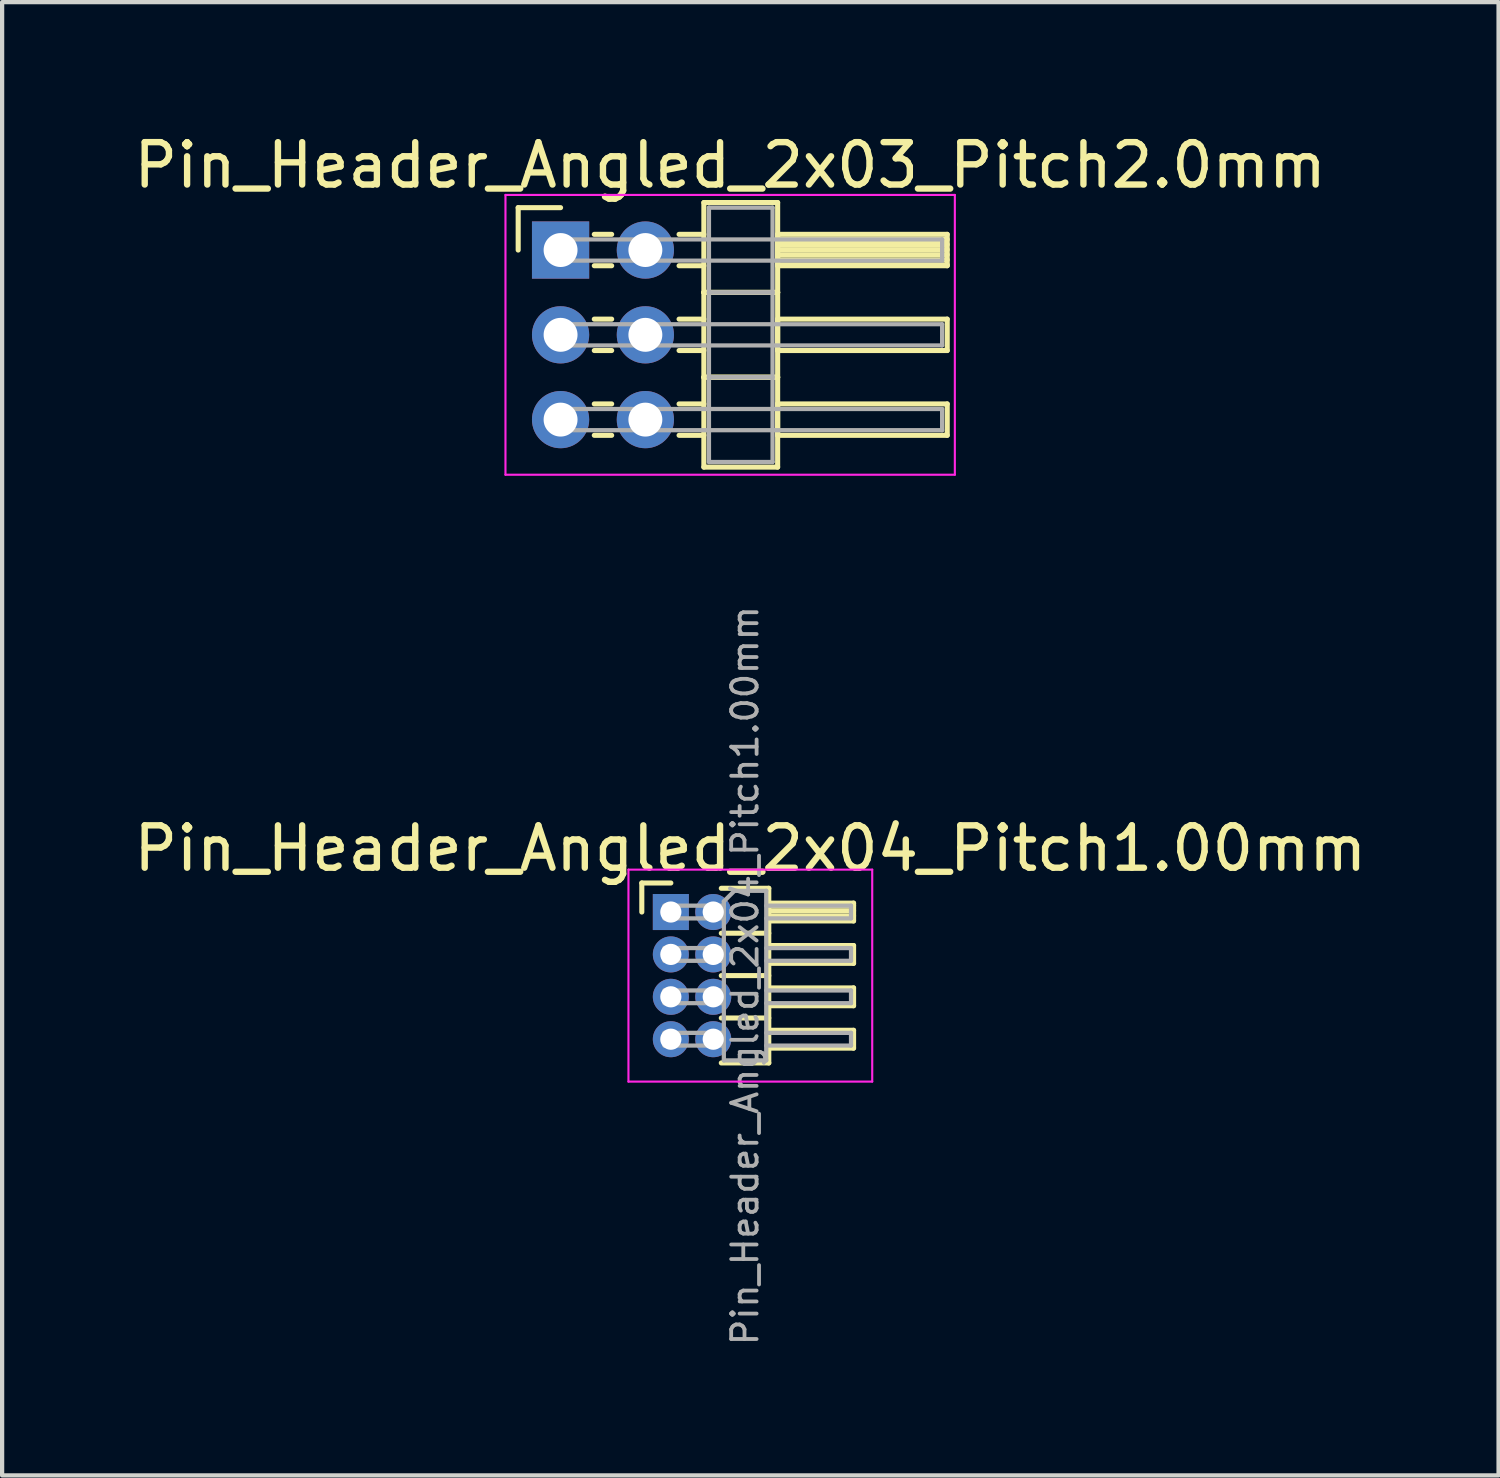
<source format=kicad_pcb>
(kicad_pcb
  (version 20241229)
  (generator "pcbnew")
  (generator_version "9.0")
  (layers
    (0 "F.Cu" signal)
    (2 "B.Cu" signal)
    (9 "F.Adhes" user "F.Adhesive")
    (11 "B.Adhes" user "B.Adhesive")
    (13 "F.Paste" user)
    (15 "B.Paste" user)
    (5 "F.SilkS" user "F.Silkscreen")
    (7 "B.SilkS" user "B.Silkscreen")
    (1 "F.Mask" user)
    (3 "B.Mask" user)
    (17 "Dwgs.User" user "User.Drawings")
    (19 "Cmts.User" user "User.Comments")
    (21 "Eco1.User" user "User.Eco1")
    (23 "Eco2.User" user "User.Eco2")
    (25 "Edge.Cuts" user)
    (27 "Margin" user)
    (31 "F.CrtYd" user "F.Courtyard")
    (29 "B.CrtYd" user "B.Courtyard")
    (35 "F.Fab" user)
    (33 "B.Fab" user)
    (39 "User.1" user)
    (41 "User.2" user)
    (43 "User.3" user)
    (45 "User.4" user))
  (footprint "Pin_Header_Angled_2x03_Pitch2.0mm"
    (layer "F.Cu")
    (at 10.173 2.848)
    (property "Reference" "Pin_Header_Angled_2x03_Pitch2.0mm" (at 4 -2 0) (layer "F.SilkS") (effects (font (size 1 1) (thickness 0.15))))
    (attr through_hole)
    (fp_line (start -1 -1) (end 0 -1) (stroke (width 0.12) (type solid)) (layer "F.SilkS"))
    (fp_line (start -1 0) (end -1 -1) (stroke (width 0.12) (type solid)) (layer "F.SilkS"))
    (fp_line (start 0.795 -0.37) (end 1.205 -0.37) (stroke (width 0.12) (type solid)) (layer "F.SilkS"))
    (fp_line (start 0.795 0.37) (end 1.205 0.37) (stroke (width 0.12) (type solid)) (layer "F.SilkS"))
    (fp_line (start 0.795 1.63) (end 1.205 1.63) (stroke (width 0.12) (type solid)) (layer "F.SilkS"))
    (fp_line (start 0.795 2.37) (end 1.205 2.37) (stroke (width 0.12) (type solid)) (layer "F.SilkS"))
    (fp_line (start 0.795 3.63) (end 1.205 3.63) (stroke (width 0.12) (type solid)) (layer "F.SilkS"))
    (fp_line (start 0.795 4.37) (end 1.205 4.37) (stroke (width 0.12) (type solid)) (layer "F.SilkS"))
    (fp_line (start 2.795 -0.37) (end 3.38 -0.37) (stroke (width 0.12) (type solid)) (layer "F.SilkS"))
    (fp_line (start 2.795 0.37) (end 3.38 0.37) (stroke (width 0.12) (type solid)) (layer "F.SilkS"))
    (fp_line (start 2.795 1.63) (end 3.38 1.63) (stroke (width 0.12) (type solid)) (layer "F.SilkS"))
    (fp_line (start 2.795 2.37) (end 3.38 2.37) (stroke (width 0.12) (type solid)) (layer "F.SilkS"))
    (fp_line (start 2.795 3.63) (end 3.38 3.63) (stroke (width 0.12) (type solid)) (layer "F.SilkS"))
    (fp_line (start 2.795 4.37) (end 3.38 4.37) (stroke (width 0.12) (type solid)) (layer "F.SilkS"))
    (fp_line (start 3.38 -1.12) (end 3.38 1) (stroke (width 0.12) (type solid)) (layer "F.SilkS"))
    (fp_line (start 3.38 1) (end 3.38 3) (stroke (width 0.12) (type solid)) (layer "F.SilkS"))
    (fp_line (start 3.38 1) (end 5.12 1) (stroke (width 0.12) (type solid)) (layer "F.SilkS"))
    (fp_line (start 3.38 3) (end 3.38 5.12) (stroke (width 0.12) (type solid)) (layer "F.SilkS"))
    (fp_line (start 3.38 3) (end 5.12 3) (stroke (width 0.12) (type solid)) (layer "F.SilkS"))
    (fp_line (start 3.38 5.12) (end 5.12 5.12) (stroke (width 0.12) (type solid)) (layer "F.SilkS"))
    (fp_line (start 5.12 -1.12) (end 3.38 -1.12) (stroke (width 0.12) (type solid)) (layer "F.SilkS"))
    (fp_line (start 5.12 -0.37) (end 5.12 0.37) (stroke (width 0.12) (type solid)) (layer "F.SilkS"))
    (fp_line (start 5.12 -0.25) (end 9.12 -0.25) (stroke (width 0.12) (type solid)) (layer "F.SilkS"))
    (fp_line (start 5.12 -0.13) (end 9.12 -0.13) (stroke (width 0.12) (type solid)) (layer "F.SilkS"))
    (fp_line (start 5.12 -0.01) (end 9.12 -0.01) (stroke (width 0.12) (type solid)) (layer "F.SilkS"))
    (fp_line (start 5.12 0.11) (end 9.12 0.11) (stroke (width 0.12) (type solid)) (layer "F.SilkS"))
    (fp_line (start 5.12 0.23) (end 9.12 0.23) (stroke (width 0.12) (type solid)) (layer "F.SilkS"))
    (fp_line (start 5.12 0.35) (end 9.12 0.35) (stroke (width 0.12) (type solid)) (layer "F.SilkS"))
    (fp_line (start 5.12 0.37) (end 9.12 0.37) (stroke (width 0.12) (type solid)) (layer "F.SilkS"))
    (fp_line (start 5.12 1) (end 3.38 1) (stroke (width 0.12) (type solid)) (layer "F.SilkS"))
    (fp_line (start 5.12 1) (end 5.12 -1.12) (stroke (width 0.12) (type solid)) (layer "F.SilkS"))
    (fp_line (start 5.12 1.63) (end 5.12 2.37) (stroke (width 0.12) (type solid)) (layer "F.SilkS"))
    (fp_line (start 5.12 2.37) (end 9.12 2.37) (stroke (width 0.12) (type solid)) (layer "F.SilkS"))
    (fp_line (start 5.12 3) (end 3.38 3) (stroke (width 0.12) (type solid)) (layer "F.SilkS"))
    (fp_line (start 5.12 3) (end 5.12 1) (stroke (width 0.12) (type solid)) (layer "F.SilkS"))
    (fp_line (start 5.12 3.63) (end 5.12 4.37) (stroke (width 0.12) (type solid)) (layer "F.SilkS"))
    (fp_line (start 5.12 4.37) (end 9.12 4.37) (stroke (width 0.12) (type solid)) (layer "F.SilkS"))
    (fp_line (start 5.12 5.12) (end 5.12 3) (stroke (width 0.12) (type solid)) (layer "F.SilkS"))
    (fp_line (start 9.12 -0.37) (end 5.12 -0.37) (stroke (width 0.12) (type solid)) (layer "F.SilkS"))
    (fp_line (start 9.12 0.37) (end 9.12 -0.37) (stroke (width 0.12) (type solid)) (layer "F.SilkS"))
    (fp_line (start 9.12 1.63) (end 5.12 1.63) (stroke (width 0.12) (type solid)) (layer "F.SilkS"))
    (fp_line (start 9.12 2.37) (end 9.12 1.63) (stroke (width 0.12) (type solid)) (layer "F.SilkS"))
    (fp_line (start 9.12 3.63) (end 5.12 3.63) (stroke (width 0.12) (type solid)) (layer "F.SilkS"))
    (fp_line (start 9.12 4.37) (end 9.12 3.63) (stroke (width 0.12) (type solid)) (layer "F.SilkS"))
    (fp_line (start -1.3 -1.3) (end -1.3 5.3) (stroke (width 0.05) (type solid)) (layer "F.CrtYd"))
    (fp_line (start -1.3 5.3) (end 9.3 5.3) (stroke (width 0.05) (type solid)) (layer "F.CrtYd"))
    (fp_line (start 9.3 -1.3) (end -1.3 -1.3) (stroke (width 0.05) (type solid)) (layer "F.CrtYd"))
    (fp_line (start 9.3 5.3) (end 9.3 -1.3) (stroke (width 0.05) (type solid)) (layer "F.CrtYd"))
    (fp_line (start 0 -0.25) (end 0 0.25) (stroke (width 0.1) (type solid)) (layer "F.Fab"))
    (fp_line (start 0 0.25) (end 9 0.25) (stroke (width 0.1) (type solid)) (layer "F.Fab"))
    (fp_line (start 0 1.75) (end 0 2.25) (stroke (width 0.1) (type solid)) (layer "F.Fab"))
    (fp_line (start 0 2.25) (end 9 2.25) (stroke (width 0.1) (type solid)) (layer "F.Fab"))
    (fp_line (start 0 3.75) (end 0 4.25) (stroke (width 0.1) (type solid)) (layer "F.Fab"))
    (fp_line (start 0 4.25) (end 9 4.25) (stroke (width 0.1) (type solid)) (layer "F.Fab"))
    (fp_line (start 3.5 -1) (end 3.5 1) (stroke (width 0.1) (type solid)) (layer "F.Fab"))
    (fp_line (start 3.5 1) (end 3.5 3) (stroke (width 0.1) (type solid)) (layer "F.Fab"))
    (fp_line (start 3.5 1) (end 5 1) (stroke (width 0.1) (type solid)) (layer "F.Fab"))
    (fp_line (start 3.5 3) (end 3.5 5) (stroke (width 0.1) (type solid)) (layer "F.Fab"))
    (fp_line (start 3.5 3) (end 5 3) (stroke (width 0.1) (type solid)) (layer "F.Fab"))
    (fp_line (start 3.5 5) (end 5 5) (stroke (width 0.1) (type solid)) (layer "F.Fab"))
    (fp_line (start 5 -1) (end 3.5 -1) (stroke (width 0.1) (type solid)) (layer "F.Fab"))
    (fp_line (start 5 1) (end 3.5 1) (stroke (width 0.1) (type solid)) (layer "F.Fab"))
    (fp_line (start 5 1) (end 5 -1) (stroke (width 0.1) (type solid)) (layer "F.Fab"))
    (fp_line (start 5 3) (end 3.5 3) (stroke (width 0.1) (type solid)) (layer "F.Fab"))
    (fp_line (start 5 3) (end 5 1) (stroke (width 0.1) (type solid)) (layer "F.Fab"))
    (fp_line (start 5 5) (end 5 3) (stroke (width 0.1) (type solid)) (layer "F.Fab"))
    (fp_line (start 9 -0.25) (end 0 -0.25) (stroke (width 0.1) (type solid)) (layer "F.Fab"))
    (fp_line (start 9 0.25) (end 9 -0.25) (stroke (width 0.1) (type solid)) (layer "F.Fab"))
    (fp_line (start 9 1.75) (end 0 1.75) (stroke (width 0.1) (type solid)) (layer "F.Fab"))
    (fp_line (start 9 2.25) (end 9 1.75) (stroke (width 0.1) (type solid)) (layer "F.Fab"))
    (fp_line (start 9 3.75) (end 0 3.75) (stroke (width 0.1) (type solid)) (layer "F.Fab"))
    (fp_line (start 9 4.25) (end 9 3.75) (stroke (width 0.1) (type solid)) (layer "F.Fab"))
    (pad "1" thru_hole rect (at 0 0) (size 1.35 1.35) (drill 0.8) (layers "*.Cu" "*.Mask"))
    (pad "2" thru_hole oval (at 2 0) (size 1.35 1.35) (drill 0.8) (layers "*.Cu" "*.Mask"))
    (pad "3" thru_hole oval (at 0 2) (size 1.35 1.35) (drill 0.8) (layers "*.Cu" "*.Mask"))
    (pad "4" thru_hole oval (at 2 2) (size 1.35 1.35) (drill 0.8) (layers "*.Cu" "*.Mask"))
    (pad "5" thru_hole oval (at 0 4) (size 1.35 1.35) (drill 0.8) (layers "*.Cu" "*.Mask"))
    (pad "6" thru_hole oval (at 2 4) (size 1.35 1.35) (drill 0.8) (layers "*.Cu" "*.Mask")))
  (footprint "Pin_Header_Angled_2x04_Pitch1.00mm"
    (layer "F.Cu")
    (at 12.774 18.463)
    (property "Reference" "Pin_Header_Angled_2x04_Pitch1.00mm" (at 1.875 -1.5 0) (layer "F.SilkS") (effects (font (size 1 1) (thickness 0.15))))
    (attr through_hole)
    (fp_line (start -0.685 -0.685) (end 0 -0.685) (stroke (width 0.12) (type solid)) (layer "F.SilkS"))
    (fp_line (start -0.685 0) (end -0.685 -0.685) (stroke (width 0.12) (type solid)) (layer "F.SilkS"))
    (fp_line (start 1.19 -0.56) (end 2.31 -0.56) (stroke (width 0.12) (type solid)) (layer "F.SilkS"))
    (fp_line (start 1.19 0.5) (end 2.31 0.5) (stroke (width 0.12) (type solid)) (layer "F.SilkS"))
    (fp_line (start 1.19 1.5) (end 2.31 1.5) (stroke (width 0.12) (type solid)) (layer "F.SilkS"))
    (fp_line (start 1.19 2.5) (end 2.31 2.5) (stroke (width 0.12) (type solid)) (layer "F.SilkS"))
    (fp_line (start 2.31 -0.56) (end 2.31 3.56) (stroke (width 0.12) (type solid)) (layer "F.SilkS"))
    (fp_line (start 2.31 -0.21) (end 4.31 -0.21) (stroke (width 0.12) (type solid)) (layer "F.SilkS"))
    (fp_line (start 2.31 -0.15) (end 4.31 -0.15) (stroke (width 0.12) (type solid)) (layer "F.SilkS"))
    (fp_line (start 2.31 -0.03) (end 4.31 -0.03) (stroke (width 0.12) (type solid)) (layer "F.SilkS"))
    (fp_line (start 2.31 0.09) (end 4.31 0.09) (stroke (width 0.12) (type solid)) (layer "F.SilkS"))
    (fp_line (start 2.31 0.79) (end 4.31 0.79) (stroke (width 0.12) (type solid)) (layer "F.SilkS"))
    (fp_line (start 2.31 1.79) (end 4.31 1.79) (stroke (width 0.12) (type solid)) (layer "F.SilkS"))
    (fp_line (start 2.31 2.79) (end 4.31 2.79) (stroke (width 0.12) (type solid)) (layer "F.SilkS"))
    (fp_line (start 2.31 3.56) (end 1.19 3.56) (stroke (width 0.12) (type solid)) (layer "F.SilkS"))
    (fp_line (start 4.31 -0.21) (end 4.31 0.21) (stroke (width 0.12) (type solid)) (layer "F.SilkS"))
    (fp_line (start 4.31 0.21) (end 2.31 0.21) (stroke (width 0.12) (type solid)) (layer "F.SilkS"))
    (fp_line (start 4.31 0.79) (end 4.31 1.21) (stroke (width 0.12) (type solid)) (layer "F.SilkS"))
    (fp_line (start 4.31 1.21) (end 2.31 1.21) (stroke (width 0.12) (type solid)) (layer "F.SilkS"))
    (fp_line (start 4.31 1.79) (end 4.31 2.21) (stroke (width 0.12) (type solid)) (layer "F.SilkS"))
    (fp_line (start 4.31 2.21) (end 2.31 2.21) (stroke (width 0.12) (type solid)) (layer "F.SilkS"))
    (fp_line (start 4.31 2.79) (end 4.31 3.21) (stroke (width 0.12) (type solid)) (layer "F.SilkS"))
    (fp_line (start 4.31 3.21) (end 2.31 3.21) (stroke (width 0.12) (type solid)) (layer "F.SilkS"))
    (fp_line (start -1 -1) (end -1 4) (stroke (width 0.05) (type solid)) (layer "F.CrtYd"))
    (fp_line (start -1 4) (end 4.75 4) (stroke (width 0.05) (type solid)) (layer "F.CrtYd"))
    (fp_line (start 4.75 -1) (end -1 -1) (stroke (width 0.05) (type solid)) (layer "F.CrtYd"))
    (fp_line (start 4.75 4) (end 4.75 -1) (stroke (width 0.05) (type solid)) (layer "F.CrtYd"))
    (fp_line (start -0.15 -0.15) (end -0.15 0.15) (stroke (width 0.1) (type solid)) (layer "F.Fab"))
    (fp_line (start -0.15 -0.15) (end 1.25 -0.15) (stroke (width 0.1) (type solid)) (layer "F.Fab"))
    (fp_line (start -0.15 0.15) (end 1.25 0.15) (stroke (width 0.1) (type solid)) (layer "F.Fab"))
    (fp_line (start -0.15 0.85) (end -0.15 1.15) (stroke (width 0.1) (type solid)) (layer "F.Fab"))
    (fp_line (start -0.15 0.85) (end 1.25 0.85) (stroke (width 0.1) (type solid)) (layer "F.Fab"))
    (fp_line (start -0.15 1.15) (end 1.25 1.15) (stroke (width 0.1) (type solid)) (layer "F.Fab"))
    (fp_line (start -0.15 1.85) (end -0.15 2.15) (stroke (width 0.1) (type solid)) (layer "F.Fab"))
    (fp_line (start -0.15 1.85) (end 1.25 1.85) (stroke (width 0.1) (type solid)) (layer "F.Fab"))
    (fp_line (start -0.15 2.15) (end 1.25 2.15) (stroke (width 0.1) (type solid)) (layer "F.Fab"))
    (fp_line (start -0.15 2.85) (end -0.15 3.15) (stroke (width 0.1) (type solid)) (layer "F.Fab"))
    (fp_line (start -0.15 2.85) (end 1.25 2.85) (stroke (width 0.1) (type solid)) (layer "F.Fab"))
    (fp_line (start -0.15 3.15) (end 1.25 3.15) (stroke (width 0.1) (type solid)) (layer "F.Fab"))
    (fp_line (start 1.25 -0.25) (end 1.5 -0.5) (stroke (width 0.1) (type solid)) (layer "F.Fab"))
    (fp_line (start 1.25 3.5) (end 1.25 -0.25) (stroke (width 0.1) (type solid)) (layer "F.Fab"))
    (fp_line (start 1.5 -0.5) (end 2.25 -0.5) (stroke (width 0.1) (type solid)) (layer "F.Fab"))
    (fp_line (start 2.25 -0.5) (end 2.25 3.5) (stroke (width 0.1) (type solid)) (layer "F.Fab"))
    (fp_line (start 2.25 -0.15) (end 4.25 -0.15) (stroke (width 0.1) (type solid)) (layer "F.Fab"))
    (fp_line (start 2.25 0.15) (end 4.25 0.15) (stroke (width 0.1) (type solid)) (layer "F.Fab"))
    (fp_line (start 2.25 0.85) (end 4.25 0.85) (stroke (width 0.1) (type solid)) (layer "F.Fab"))
    (fp_line (start 2.25 1.15) (end 4.25 1.15) (stroke (width 0.1) (type solid)) (layer "F.Fab"))
    (fp_line (start 2.25 1.85) (end 4.25 1.85) (stroke (width 0.1) (type solid)) (layer "F.Fab"))
    (fp_line (start 2.25 2.15) (end 4.25 2.15) (stroke (width 0.1) (type solid)) (layer "F.Fab"))
    (fp_line (start 2.25 2.85) (end 4.25 2.85) (stroke (width 0.1) (type solid)) (layer "F.Fab"))
    (fp_line (start 2.25 3.15) (end 4.25 3.15) (stroke (width 0.1) (type solid)) (layer "F.Fab"))
    (fp_line (start 2.25 3.5) (end 1.25 3.5) (stroke (width 0.1) (type solid)) (layer "F.Fab"))
    (fp_line (start 4.25 -0.15) (end 4.25 0.15) (stroke (width 0.1) (type solid)) (layer "F.Fab"))
    (fp_line (start 4.25 0.85) (end 4.25 1.15) (stroke (width 0.1) (type solid)) (layer "F.Fab"))
    (fp_line (start 4.25 1.85) (end 4.25 2.15) (stroke (width 0.1) (type solid)) (layer "F.Fab"))
    (fp_line (start 4.25 2.85) (end 4.25 3.15) (stroke (width 0.1) (type solid)) (layer "F.Fab"))
    (fp_text user "${REFERENCE}" (at 1.75 1.5 90) (layer "F.Fab") (effects (font (size 0.6 0.6) (thickness 0.09))))
    (pad "1" thru_hole rect (at 0 0) (size 0.85 0.85) (drill 0.5) (layers "*.Cu" "*.Mask"))
    (pad "2" thru_hole oval (at 1 0) (size 0.85 0.85) (drill 0.5) (layers "*.Cu" "*.Mask"))
    (pad "3" thru_hole oval (at 0 1) (size 0.85 0.85) (drill 0.5) (layers "*.Cu" "*.Mask"))
    (pad "4" thru_hole oval (at 1 1) (size 0.85 0.85) (drill 0.5) (layers "*.Cu" "*.Mask"))
    (pad "5" thru_hole oval (at 0 2) (size 0.85 0.85) (drill 0.5) (layers "*.Cu" "*.Mask"))
    (pad "6" thru_hole oval (at 1 2) (size 0.85 0.85) (drill 0.5) (layers "*.Cu" "*.Mask"))
    (pad "7" thru_hole oval (at 0 3) (size 0.85 0.85) (drill 0.5) (layers "*.Cu" "*.Mask"))
    (pad "8" thru_hole oval (at 1 3) (size 0.85 0.85) (drill 0.5) (layers "*.Cu" "*.Mask")))
  (gr_rect
    (start -3 -3)
    (end 32.298 31.752)
    (stroke (width 0.1) (type default))
    (fill no)
    (layer "Edge.Cuts")))
</source>
